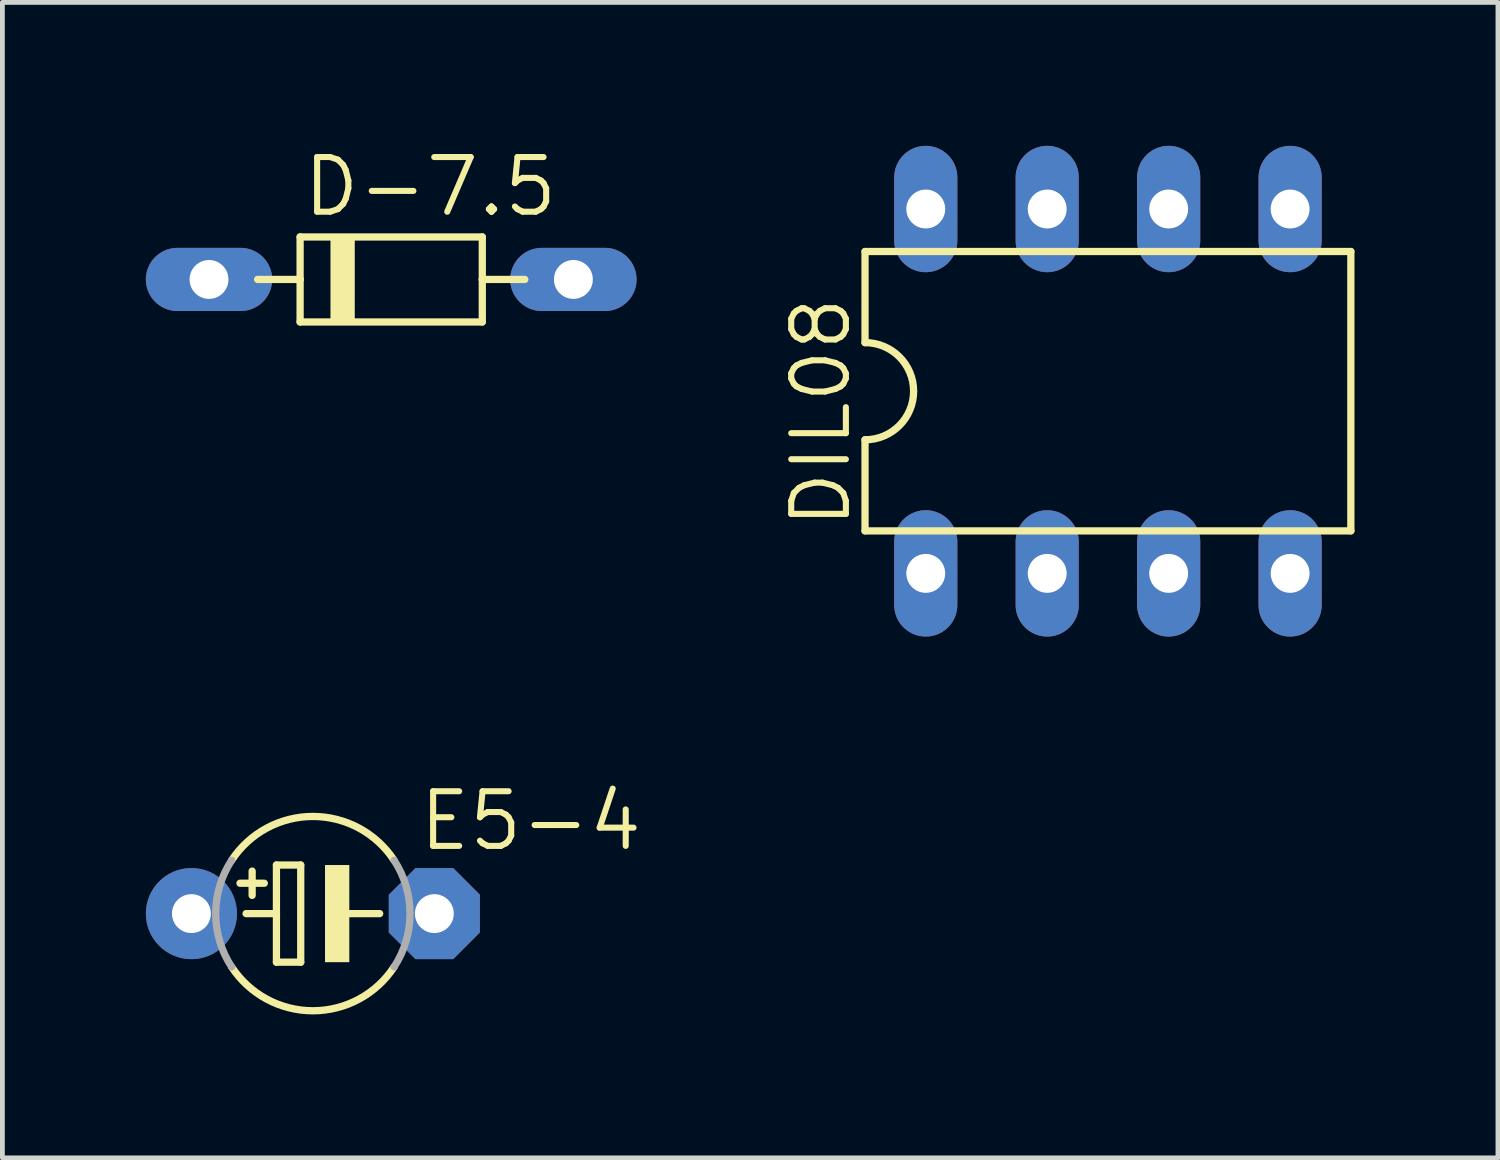
<source format=kicad_pcb>
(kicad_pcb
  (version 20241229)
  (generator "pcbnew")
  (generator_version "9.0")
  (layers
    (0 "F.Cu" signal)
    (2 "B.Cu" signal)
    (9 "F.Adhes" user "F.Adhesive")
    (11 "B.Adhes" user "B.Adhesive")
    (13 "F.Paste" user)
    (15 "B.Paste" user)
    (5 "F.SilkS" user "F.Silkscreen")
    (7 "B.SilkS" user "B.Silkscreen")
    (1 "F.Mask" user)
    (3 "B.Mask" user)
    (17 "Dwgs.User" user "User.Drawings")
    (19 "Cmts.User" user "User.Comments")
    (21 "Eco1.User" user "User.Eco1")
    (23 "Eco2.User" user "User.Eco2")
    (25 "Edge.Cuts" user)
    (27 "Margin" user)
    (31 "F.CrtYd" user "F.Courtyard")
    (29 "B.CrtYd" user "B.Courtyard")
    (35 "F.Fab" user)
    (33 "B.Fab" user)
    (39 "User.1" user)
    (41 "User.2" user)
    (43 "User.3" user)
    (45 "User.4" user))
  (footprint "E5-4"
    (layer "F.Cu")
    (at 3.493 16.056)
    (property "Reference" "E5-4" (at 2.159 -1.27 0) (unlocked yes) (layer "F.SilkS") (effects (font (size 1.143 1.143) (thickness 0.127)) (justify left bottom)))
    (fp_line (start -1.524 -0.635) (end -1.016 -0.635) (stroke (width 0.152) (type solid)) (layer "F.SilkS"))
    (fp_line (start -1.397 0) (end -0.762 0) (stroke (width 0.152) (type solid)) (layer "F.SilkS"))
    (fp_line (start -1.27 -0.381) (end -1.27 -0.889) (stroke (width 0.152) (type solid)) (layer "F.SilkS"))
    (fp_line (start -0.762 -1.016) (end -0.762 0) (stroke (width 0.152) (type solid)) (layer "F.SilkS"))
    (fp_line (start -0.762 0) (end -0.762 1.016) (stroke (width 0.152) (type solid)) (layer "F.SilkS"))
    (fp_line (start -0.762 1.016) (end -0.254 1.016) (stroke (width 0.152) (type solid)) (layer "F.SilkS"))
    (fp_line (start -0.254 -1.016) (end -0.762 -1.016) (stroke (width 0.152) (type solid)) (layer "F.SilkS"))
    (fp_line (start -0.254 1.016) (end -0.254 -1.016) (stroke (width 0.152) (type solid)) (layer "F.SilkS"))
    (fp_line (start 0.635 0) (end 1.397 0) (stroke (width 0.152) (type solid)) (layer "F.SilkS"))
    (fp_arc (start -1.6985 -1.1153) (mid 0 -2.031944) (end 1.6985 -1.1153) (stroke (width 0.1524) (type solid)) (layer "F.SilkS"))
    (fp_arc (start 1.6985 1.1153) (mid 0 2.031944) (end -1.6985 1.1153) (stroke (width 0.1524) (type solid)) (layer "F.SilkS"))
    (fp_poly (pts (xy 0.254 1.016) (xy 0.762 1.016) (xy 0.762 -1.016) (xy 0.254 -1.016)) (stroke (width 0) (type default)) (fill yes) (layer "F.SilkS"))
    (fp_arc (start -1.6985 1.1153) (mid -2.031944 0) (end -1.6985 -1.1153) (stroke (width 0.1524) (type solid)) (layer "F.Fab"))
    (fp_arc (start 1.6985 -1.1153) (mid 2.031944 0) (end 1.6985 1.1153) (stroke (width 0.1524) (type solid)) (layer "F.Fab"))
    (pad "+" thru_hole circle (at -2.54 0) (size 1.905 1.905) (drill 0.813) (layers "*.Cu" "*.Mask"))
    (pad "-" thru_hole roundrect (at 2.54 0) (size 1.905 1.905) (drill 0.813) (layers "*.Cu" "*.Mask") (roundrect_rratio 0.25) (chamfer_ratio 0.293) (chamfer top_left top_right bottom_left bottom_right)))
  (footprint "DIL08"
    (layer "F.Cu")
    (at 20.12 5.131)
    (property "Reference" "DIL08" (at -5.334 2.921 90) (unlocked yes) (layer "F.SilkS") (effects (font (size 1.143 1.143) (thickness 0.127)) (justify left bottom)))
    (fp_line (start -5.08 -2.921) (end -5.08 -1.016) (stroke (width 0.152) (type solid)) (layer "F.SilkS"))
    (fp_line (start -5.08 2.921) (end -5.08 1.016) (stroke (width 0.152) (type solid)) (layer "F.SilkS"))
    (fp_line (start -5.08 2.921) (end 5.08 2.921) (stroke (width 0.152) (type solid)) (layer "F.SilkS"))
    (fp_line (start 5.08 -2.921) (end -5.08 -2.921) (stroke (width 0.152) (type solid)) (layer "F.SilkS"))
    (fp_line (start 5.08 -2.921) (end 5.08 2.921) (stroke (width 0.152) (type solid)) (layer "F.SilkS"))
    (fp_arc (start -5.08 -1.016) (mid -4.064 0) (end -5.08 1.016) (stroke (width 0.1524) (type solid)) (layer "F.SilkS"))
    (pad "1" thru_hole oval (at -3.81 3.81 90) (size 2.642 1.321) (drill 0.813) (layers "*.Cu" "*.Mask"))
    (pad "2" thru_hole oval (at -1.27 3.81 90) (size 2.642 1.321) (drill 0.813) (layers "*.Cu" "*.Mask"))
    (pad "3" thru_hole oval (at 1.27 3.81 90) (size 2.642 1.321) (drill 0.813) (layers "*.Cu" "*.Mask"))
    (pad "4" thru_hole oval (at 3.81 3.81 90) (size 2.642 1.321) (drill 0.813) (layers "*.Cu" "*.Mask"))
    (pad "5" thru_hole oval (at 3.81 -3.81 90) (size 2.642 1.321) (drill 0.813) (layers "*.Cu" "*.Mask"))
    (pad "6" thru_hole oval (at 1.27 -3.81 90) (size 2.642 1.321) (drill 0.813) (layers "*.Cu" "*.Mask"))
    (pad "7" thru_hole oval (at -1.27 -3.81 90) (size 2.642 1.321) (drill 0.813) (layers "*.Cu" "*.Mask"))
    (pad "8" thru_hole oval (at -3.81 -3.81 90) (size 2.642 1.321) (drill 0.813) (layers "*.Cu" "*.Mask")))
  (footprint "D-7.5"
    (layer "F.Cu")
    (at 5.131 2.794)
    (property "Reference" "D-7.5" (at -1.905 -1.27 0) (unlocked yes) (layer "F.SilkS") (effects (font (size 1.143 1.143) (thickness 0.127)) (justify left bottom)))
    (fp_line (start -1.905 -0.889) (end -1.905 0) (stroke (width 0.152) (type solid)) (layer "F.SilkS"))
    (fp_line (start -1.905 0) (end -2.794 0) (stroke (width 0.152) (type solid)) (layer "F.SilkS"))
    (fp_line (start -1.905 0) (end -1.905 0.889) (stroke (width 0.152) (type solid)) (layer "F.SilkS"))
    (fp_line (start -1.905 0.889) (end 1.905 0.889) (stroke (width 0.152) (type solid)) (layer "F.SilkS"))
    (fp_line (start 1.905 -0.889) (end -1.905 -0.889) (stroke (width 0.152) (type solid)) (layer "F.SilkS"))
    (fp_line (start 1.905 0) (end 1.905 -0.889) (stroke (width 0.152) (type solid)) (layer "F.SilkS"))
    (fp_line (start 1.905 0.889) (end 1.905 0) (stroke (width 0.152) (type solid)) (layer "F.SilkS"))
    (fp_line (start 2.794 0) (end 1.905 0) (stroke (width 0.152) (type solid)) (layer "F.SilkS"))
    (fp_poly (pts (xy -1.27 0.889) (xy -0.762 0.889) (xy -0.762 -0.889) (xy -1.27 -0.889)) (stroke (width 0) (type default)) (fill yes) (layer "F.SilkS"))
    (pad "A" thru_hole oval (at 3.81 0) (size 2.642 1.321) (drill 0.813) (layers "*.Cu" "*.Mask"))
    (pad "C" thru_hole oval (at -3.81 0) (size 2.642 1.321) (drill 0.813) (layers "*.Cu" "*.Mask")))
  (gr_rect
    (start -3 -3)
    (end 28.276 21.164)
    (stroke (width 0.1) (type default))
    (fill no)
    (layer "Edge.Cuts")))
</source>
